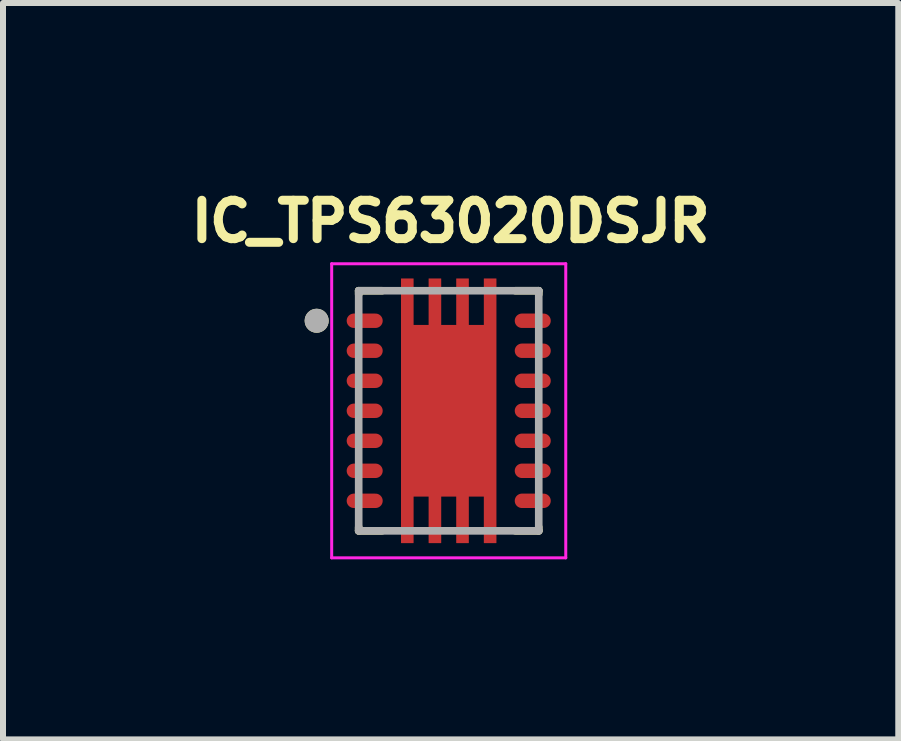
<source format=kicad_pcb>
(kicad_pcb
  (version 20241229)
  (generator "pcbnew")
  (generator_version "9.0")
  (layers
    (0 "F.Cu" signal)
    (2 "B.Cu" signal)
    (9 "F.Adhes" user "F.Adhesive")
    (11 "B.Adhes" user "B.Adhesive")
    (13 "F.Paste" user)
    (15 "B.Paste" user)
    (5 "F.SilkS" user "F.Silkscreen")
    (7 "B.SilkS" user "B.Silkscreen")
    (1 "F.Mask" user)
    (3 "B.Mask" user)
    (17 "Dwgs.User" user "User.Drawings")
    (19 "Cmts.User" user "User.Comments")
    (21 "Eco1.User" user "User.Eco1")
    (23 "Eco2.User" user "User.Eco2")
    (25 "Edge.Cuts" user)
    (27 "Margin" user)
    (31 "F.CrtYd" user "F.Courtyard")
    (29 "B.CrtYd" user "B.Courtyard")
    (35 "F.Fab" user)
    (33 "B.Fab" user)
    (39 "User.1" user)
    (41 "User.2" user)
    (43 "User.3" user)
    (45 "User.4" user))
  (footprint "IC_TPS63020DSJR"
    (layer "F.Cu")
    (at 4.426 3.794)
    (property "Reference" "IC_TPS63020DSJR" (at 0.032 -3.156 0) (layer "F.SilkS") (effects (font (size 0.64 0.64) (thickness 0.15))))
    (attr smd)
    (fp_poly (pts (xy -0.86 -2.27) (xy -0.52 -2.27) (xy -0.52 -1.495) (xy -0.4 -1.495) (xy -0.4 -2.27) (xy -0.06 -2.27) (xy -0.06 -1.495) (xy 0.06 -1.495) (xy 0.06 -2.27) (xy 0.4 -2.27) (xy 0.4 -1.495) (xy 0.52 -1.495) (xy 0.52 -2.27) (xy 0.86 -2.27) (xy 0.86 2.27) (xy 0.52 2.27) (xy 0.52 1.495) (xy 0.4 1.495) (xy 0.4 2.27) (xy 0.06 2.27) (xy 0.06 1.495) (xy -0.06 1.495) (xy -0.06 2.27) (xy -0.4 2.27) (xy -0.4 1.495) (xy -0.52 1.495) (xy -0.52 2.27) (xy -0.86 2.27)) (stroke (width 0.01) (type solid)) (fill yes) (layer "F.Mask"))
    (fp_poly (pts (xy -1.22 -1.69) (xy -1.21 -1.69) (xy -1.2 -1.689) (xy -1.19 -1.688) (xy -1.18 -1.686) (xy -1.171 -1.684) (xy -1.161 -1.681) (xy -1.152 -1.677) (xy -1.143 -1.674) (xy -1.134 -1.669) (xy -1.125 -1.665) (xy -1.117 -1.659) (xy -1.108 -1.654) (xy -1.1 -1.648) (xy -1.093 -1.641) (xy -1.086 -1.634) (xy -1.079 -1.627) (xy -1.072 -1.62) (xy -1.066 -1.612) (xy -1.061 -1.603) (xy -1.055 -1.595) (xy -1.051 -1.586) (xy -1.046 -1.577) (xy -1.043 -1.568) (xy -1.039 -1.559) (xy -1.036 -1.549) (xy -1.034 -1.54) (xy -1.032 -1.53) (xy -1.031 -1.52) (xy -1.03 -1.51) (xy -1.03 -1.5) (xy -1.03 -1.49) (xy -1.031 -1.48) (xy -1.032 -1.47) (xy -1.034 -1.46) (xy -1.036 -1.451) (xy -1.039 -1.441) (xy -1.043 -1.432) (xy -1.046 -1.423) (xy -1.051 -1.414) (xy -1.055 -1.405) (xy -1.061 -1.397) (xy -1.066 -1.388) (xy -1.072 -1.38) (xy -1.079 -1.373) (xy -1.086 -1.366) (xy -1.093 -1.359) (xy -1.1 -1.352) (xy -1.108 -1.346) (xy -1.117 -1.341) (xy -1.125 -1.335) (xy -1.134 -1.331) (xy -1.143 -1.326) (xy -1.152 -1.323) (xy -1.161 -1.319) (xy -1.171 -1.316) (xy -1.18 -1.314) (xy -1.19 -1.312) (xy -1.2 -1.311) (xy -1.21 -1.31) (xy -1.22 -1.31) (xy -1.58 -1.31) (xy -1.59 -1.31) (xy -1.6 -1.311) (xy -1.61 -1.312) (xy -1.62 -1.314) (xy -1.629 -1.316) (xy -1.639 -1.319) (xy -1.648 -1.323) (xy -1.657 -1.326) (xy -1.666 -1.331) (xy -1.675 -1.335) (xy -1.683 -1.341) (xy -1.692 -1.346) (xy -1.7 -1.352) (xy -1.707 -1.359) (xy -1.714 -1.366) (xy -1.721 -1.373) (xy -1.728 -1.38) (xy -1.734 -1.388) (xy -1.739 -1.397) (xy -1.745 -1.405) (xy -1.749 -1.414) (xy -1.754 -1.423) (xy -1.757 -1.432) (xy -1.761 -1.441) (xy -1.764 -1.451) (xy -1.766 -1.46) (xy -1.768 -1.47) (xy -1.769 -1.48) (xy -1.77 -1.49) (xy -1.77 -1.5) (xy -1.77 -1.51) (xy -1.769 -1.52) (xy -1.768 -1.53) (xy -1.766 -1.54) (xy -1.764 -1.549) (xy -1.761 -1.559) (xy -1.757 -1.568) (xy -1.754 -1.577) (xy -1.749 -1.586) (xy -1.745 -1.595) (xy -1.739 -1.603) (xy -1.734 -1.612) (xy -1.728 -1.62) (xy -1.721 -1.627) (xy -1.714 -1.634) (xy -1.707 -1.641) (xy -1.7 -1.648) (xy -1.692 -1.654) (xy -1.683 -1.659) (xy -1.675 -1.665) (xy -1.666 -1.669) (xy -1.657 -1.674) (xy -1.648 -1.677) (xy -1.639 -1.681) (xy -1.629 -1.684) (xy -1.62 -1.686) (xy -1.61 -1.688) (xy -1.6 -1.689) (xy -1.59 -1.69) (xy -1.58 -1.69) (xy -1.22 -1.69)) (stroke (width 0.01) (type solid)) (fill yes) (layer "F.Mask"))
    (fp_poly (pts (xy -1.22 -1.19) (xy -1.21 -1.19) (xy -1.2 -1.189) (xy -1.19 -1.188) (xy -1.18 -1.186) (xy -1.171 -1.184) (xy -1.161 -1.181) (xy -1.152 -1.177) (xy -1.143 -1.174) (xy -1.134 -1.169) (xy -1.125 -1.165) (xy -1.117 -1.159) (xy -1.108 -1.154) (xy -1.1 -1.148) (xy -1.093 -1.141) (xy -1.086 -1.134) (xy -1.079 -1.127) (xy -1.072 -1.12) (xy -1.066 -1.112) (xy -1.061 -1.103) (xy -1.055 -1.095) (xy -1.051 -1.086) (xy -1.046 -1.077) (xy -1.043 -1.068) (xy -1.039 -1.059) (xy -1.036 -1.049) (xy -1.034 -1.04) (xy -1.032 -1.03) (xy -1.031 -1.02) (xy -1.03 -1.01) (xy -1.03 -1) (xy -1.03 -0.99) (xy -1.031 -0.98) (xy -1.032 -0.97) (xy -1.034 -0.96) (xy -1.036 -0.951) (xy -1.039 -0.941) (xy -1.043 -0.932) (xy -1.046 -0.923) (xy -1.051 -0.914) (xy -1.055 -0.905) (xy -1.061 -0.897) (xy -1.066 -0.888) (xy -1.072 -0.88) (xy -1.079 -0.873) (xy -1.086 -0.866) (xy -1.093 -0.859) (xy -1.1 -0.852) (xy -1.108 -0.846) (xy -1.117 -0.841) (xy -1.125 -0.835) (xy -1.134 -0.831) (xy -1.143 -0.826) (xy -1.152 -0.823) (xy -1.161 -0.819) (xy -1.171 -0.816) (xy -1.18 -0.814) (xy -1.19 -0.812) (xy -1.2 -0.811) (xy -1.21 -0.81) (xy -1.22 -0.81) (xy -1.58 -0.81) (xy -1.59 -0.81) (xy -1.6 -0.811) (xy -1.61 -0.812) (xy -1.62 -0.814) (xy -1.629 -0.816) (xy -1.639 -0.819) (xy -1.648 -0.823) (xy -1.657 -0.826) (xy -1.666 -0.831) (xy -1.675 -0.835) (xy -1.683 -0.841) (xy -1.692 -0.846) (xy -1.7 -0.852) (xy -1.707 -0.859) (xy -1.714 -0.866) (xy -1.721 -0.873) (xy -1.728 -0.88) (xy -1.734 -0.888) (xy -1.739 -0.897) (xy -1.745 -0.905) (xy -1.749 -0.914) (xy -1.754 -0.923) (xy -1.757 -0.932) (xy -1.761 -0.941) (xy -1.764 -0.951) (xy -1.766 -0.96) (xy -1.768 -0.97) (xy -1.769 -0.98) (xy -1.77 -0.99) (xy -1.77 -1) (xy -1.77 -1.01) (xy -1.769 -1.02) (xy -1.768 -1.03) (xy -1.766 -1.04) (xy -1.764 -1.049) (xy -1.761 -1.059) (xy -1.757 -1.068) (xy -1.754 -1.077) (xy -1.749 -1.086) (xy -1.745 -1.095) (xy -1.739 -1.103) (xy -1.734 -1.112) (xy -1.728 -1.12) (xy -1.721 -1.127) (xy -1.714 -1.134) (xy -1.707 -1.141) (xy -1.7 -1.148) (xy -1.692 -1.154) (xy -1.683 -1.159) (xy -1.675 -1.165) (xy -1.666 -1.169) (xy -1.657 -1.174) (xy -1.648 -1.177) (xy -1.639 -1.181) (xy -1.629 -1.184) (xy -1.62 -1.186) (xy -1.61 -1.188) (xy -1.6 -1.189) (xy -1.59 -1.19) (xy -1.58 -1.19) (xy -1.22 -1.19)) (stroke (width 0.01) (type solid)) (fill yes) (layer "F.Mask"))
    (fp_poly (pts (xy -1.22 -0.69) (xy -1.21 -0.69) (xy -1.2 -0.689) (xy -1.19 -0.688) (xy -1.18 -0.686) (xy -1.171 -0.684) (xy -1.161 -0.681) (xy -1.152 -0.677) (xy -1.143 -0.674) (xy -1.134 -0.669) (xy -1.125 -0.665) (xy -1.117 -0.659) (xy -1.108 -0.654) (xy -1.1 -0.648) (xy -1.093 -0.641) (xy -1.086 -0.634) (xy -1.079 -0.627) (xy -1.072 -0.62) (xy -1.066 -0.612) (xy -1.061 -0.603) (xy -1.055 -0.595) (xy -1.051 -0.586) (xy -1.046 -0.577) (xy -1.043 -0.568) (xy -1.039 -0.559) (xy -1.036 -0.549) (xy -1.034 -0.54) (xy -1.032 -0.53) (xy -1.031 -0.52) (xy -1.03 -0.51) (xy -1.03 -0.5) (xy -1.03 -0.49) (xy -1.031 -0.48) (xy -1.032 -0.47) (xy -1.034 -0.46) (xy -1.036 -0.451) (xy -1.039 -0.441) (xy -1.043 -0.432) (xy -1.046 -0.423) (xy -1.051 -0.414) (xy -1.055 -0.405) (xy -1.061 -0.397) (xy -1.066 -0.388) (xy -1.072 -0.38) (xy -1.079 -0.373) (xy -1.086 -0.366) (xy -1.093 -0.359) (xy -1.1 -0.352) (xy -1.108 -0.346) (xy -1.117 -0.341) (xy -1.125 -0.335) (xy -1.134 -0.331) (xy -1.143 -0.326) (xy -1.152 -0.323) (xy -1.161 -0.319) (xy -1.171 -0.316) (xy -1.18 -0.314) (xy -1.19 -0.312) (xy -1.2 -0.311) (xy -1.21 -0.31) (xy -1.22 -0.31) (xy -1.58 -0.31) (xy -1.59 -0.31) (xy -1.6 -0.311) (xy -1.61 -0.312) (xy -1.62 -0.314) (xy -1.629 -0.316) (xy -1.639 -0.319) (xy -1.648 -0.323) (xy -1.657 -0.326) (xy -1.666 -0.331) (xy -1.675 -0.335) (xy -1.683 -0.341) (xy -1.692 -0.346) (xy -1.7 -0.352) (xy -1.707 -0.359) (xy -1.714 -0.366) (xy -1.721 -0.373) (xy -1.728 -0.38) (xy -1.734 -0.388) (xy -1.739 -0.397) (xy -1.745 -0.405) (xy -1.749 -0.414) (xy -1.754 -0.423) (xy -1.757 -0.432) (xy -1.761 -0.441) (xy -1.764 -0.451) (xy -1.766 -0.46) (xy -1.768 -0.47) (xy -1.769 -0.48) (xy -1.77 -0.49) (xy -1.77 -0.5) (xy -1.77 -0.51) (xy -1.769 -0.52) (xy -1.768 -0.53) (xy -1.766 -0.54) (xy -1.764 -0.549) (xy -1.761 -0.559) (xy -1.757 -0.568) (xy -1.754 -0.577) (xy -1.749 -0.586) (xy -1.745 -0.595) (xy -1.739 -0.603) (xy -1.734 -0.612) (xy -1.728 -0.62) (xy -1.721 -0.627) (xy -1.714 -0.634) (xy -1.707 -0.641) (xy -1.7 -0.648) (xy -1.692 -0.654) (xy -1.683 -0.659) (xy -1.675 -0.665) (xy -1.666 -0.669) (xy -1.657 -0.674) (xy -1.648 -0.677) (xy -1.639 -0.681) (xy -1.629 -0.684) (xy -1.62 -0.686) (xy -1.61 -0.688) (xy -1.6 -0.689) (xy -1.59 -0.69) (xy -1.58 -0.69) (xy -1.22 -0.69)) (stroke (width 0.01) (type solid)) (fill yes) (layer "F.Mask"))
    (fp_poly (pts (xy -1.22 -0.19) (xy -1.21 -0.19) (xy -1.2 -0.189) (xy -1.19 -0.188) (xy -1.18 -0.186) (xy -1.171 -0.184) (xy -1.161 -0.181) (xy -1.152 -0.177) (xy -1.143 -0.174) (xy -1.134 -0.169) (xy -1.125 -0.165) (xy -1.117 -0.159) (xy -1.108 -0.154) (xy -1.1 -0.148) (xy -1.093 -0.141) (xy -1.086 -0.134) (xy -1.079 -0.127) (xy -1.072 -0.12) (xy -1.066 -0.112) (xy -1.061 -0.103) (xy -1.055 -0.095) (xy -1.051 -0.086) (xy -1.046 -0.077) (xy -1.043 -0.068) (xy -1.039 -0.059) (xy -1.036 -0.049) (xy -1.034 -0.04) (xy -1.032 -0.03) (xy -1.031 -0.02) (xy -1.03 -0.01) (xy -1.03 0) (xy -1.03 0.01) (xy -1.031 0.02) (xy -1.032 0.03) (xy -1.034 0.04) (xy -1.036 0.049) (xy -1.039 0.059) (xy -1.043 0.068) (xy -1.046 0.077) (xy -1.051 0.086) (xy -1.055 0.095) (xy -1.061 0.103) (xy -1.066 0.112) (xy -1.072 0.12) (xy -1.079 0.127) (xy -1.086 0.134) (xy -1.093 0.141) (xy -1.1 0.148) (xy -1.108 0.154) (xy -1.117 0.159) (xy -1.125 0.165) (xy -1.134 0.169) (xy -1.143 0.174) (xy -1.152 0.177) (xy -1.161 0.181) (xy -1.171 0.184) (xy -1.18 0.186) (xy -1.19 0.188) (xy -1.2 0.189) (xy -1.21 0.19) (xy -1.22 0.19) (xy -1.58 0.19) (xy -1.59 0.19) (xy -1.6 0.189) (xy -1.61 0.188) (xy -1.62 0.186) (xy -1.629 0.184) (xy -1.639 0.181) (xy -1.648 0.177) (xy -1.657 0.174) (xy -1.666 0.169) (xy -1.675 0.165) (xy -1.683 0.159) (xy -1.692 0.154) (xy -1.7 0.148) (xy -1.707 0.141) (xy -1.714 0.134) (xy -1.721 0.127) (xy -1.728 0.12) (xy -1.734 0.112) (xy -1.739 0.103) (xy -1.745 0.095) (xy -1.749 0.086) (xy -1.754 0.077) (xy -1.757 0.068) (xy -1.761 0.059) (xy -1.764 0.049) (xy -1.766 0.04) (xy -1.768 0.03) (xy -1.769 0.02) (xy -1.77 0.01) (xy -1.77 0) (xy -1.77 -0.01) (xy -1.769 -0.02) (xy -1.768 -0.03) (xy -1.766 -0.04) (xy -1.764 -0.049) (xy -1.761 -0.059) (xy -1.757 -0.068) (xy -1.754 -0.077) (xy -1.749 -0.086) (xy -1.745 -0.095) (xy -1.739 -0.103) (xy -1.734 -0.112) (xy -1.728 -0.12) (xy -1.721 -0.127) (xy -1.714 -0.134) (xy -1.707 -0.141) (xy -1.7 -0.148) (xy -1.692 -0.154) (xy -1.683 -0.159) (xy -1.675 -0.165) (xy -1.666 -0.169) (xy -1.657 -0.174) (xy -1.648 -0.177) (xy -1.639 -0.181) (xy -1.629 -0.184) (xy -1.62 -0.186) (xy -1.61 -0.188) (xy -1.6 -0.189) (xy -1.59 -0.19) (xy -1.58 -0.19) (xy -1.22 -0.19)) (stroke (width 0.01) (type solid)) (fill yes) (layer "F.Mask"))
    (fp_poly (pts (xy -1.22 0.31) (xy -1.21 0.31) (xy -1.2 0.311) (xy -1.19 0.312) (xy -1.18 0.314) (xy -1.171 0.316) (xy -1.161 0.319) (xy -1.152 0.323) (xy -1.143 0.326) (xy -1.134 0.331) (xy -1.125 0.335) (xy -1.117 0.341) (xy -1.108 0.346) (xy -1.1 0.352) (xy -1.093 0.359) (xy -1.086 0.366) (xy -1.079 0.373) (xy -1.072 0.38) (xy -1.066 0.388) (xy -1.061 0.397) (xy -1.055 0.405) (xy -1.051 0.414) (xy -1.046 0.423) (xy -1.043 0.432) (xy -1.039 0.441) (xy -1.036 0.451) (xy -1.034 0.46) (xy -1.032 0.47) (xy -1.031 0.48) (xy -1.03 0.49) (xy -1.03 0.5) (xy -1.03 0.51) (xy -1.031 0.52) (xy -1.032 0.53) (xy -1.034 0.54) (xy -1.036 0.549) (xy -1.039 0.559) (xy -1.043 0.568) (xy -1.046 0.577) (xy -1.051 0.586) (xy -1.055 0.595) (xy -1.061 0.603) (xy -1.066 0.612) (xy -1.072 0.62) (xy -1.079 0.627) (xy -1.086 0.634) (xy -1.093 0.641) (xy -1.1 0.648) (xy -1.108 0.654) (xy -1.117 0.659) (xy -1.125 0.665) (xy -1.134 0.669) (xy -1.143 0.674) (xy -1.152 0.677) (xy -1.161 0.681) (xy -1.171 0.684) (xy -1.18 0.686) (xy -1.19 0.688) (xy -1.2 0.689) (xy -1.21 0.69) (xy -1.22 0.69) (xy -1.58 0.69) (xy -1.59 0.69) (xy -1.6 0.689) (xy -1.61 0.688) (xy -1.62 0.686) (xy -1.629 0.684) (xy -1.639 0.681) (xy -1.648 0.677) (xy -1.657 0.674) (xy -1.666 0.669) (xy -1.675 0.665) (xy -1.683 0.659) (xy -1.692 0.654) (xy -1.7 0.648) (xy -1.707 0.641) (xy -1.714 0.634) (xy -1.721 0.627) (xy -1.728 0.62) (xy -1.734 0.612) (xy -1.739 0.603) (xy -1.745 0.595) (xy -1.749 0.586) (xy -1.754 0.577) (xy -1.757 0.568) (xy -1.761 0.559) (xy -1.764 0.549) (xy -1.766 0.54) (xy -1.768 0.53) (xy -1.769 0.52) (xy -1.77 0.51) (xy -1.77 0.5) (xy -1.77 0.49) (xy -1.769 0.48) (xy -1.768 0.47) (xy -1.766 0.46) (xy -1.764 0.451) (xy -1.761 0.441) (xy -1.757 0.432) (xy -1.754 0.423) (xy -1.749 0.414) (xy -1.745 0.405) (xy -1.739 0.397) (xy -1.734 0.388) (xy -1.728 0.38) (xy -1.721 0.373) (xy -1.714 0.366) (xy -1.707 0.359) (xy -1.7 0.352) (xy -1.692 0.346) (xy -1.683 0.341) (xy -1.675 0.335) (xy -1.666 0.331) (xy -1.657 0.326) (xy -1.648 0.323) (xy -1.639 0.319) (xy -1.629 0.316) (xy -1.62 0.314) (xy -1.61 0.312) (xy -1.6 0.311) (xy -1.59 0.31) (xy -1.58 0.31) (xy -1.22 0.31)) (stroke (width 0.01) (type solid)) (fill yes) (layer "F.Mask"))
    (fp_poly (pts (xy -1.22 0.81) (xy -1.21 0.81) (xy -1.2 0.811) (xy -1.19 0.812) (xy -1.18 0.814) (xy -1.171 0.816) (xy -1.161 0.819) (xy -1.152 0.823) (xy -1.143 0.826) (xy -1.134 0.831) (xy -1.125 0.835) (xy -1.117 0.841) (xy -1.108 0.846) (xy -1.1 0.852) (xy -1.093 0.859) (xy -1.086 0.866) (xy -1.079 0.873) (xy -1.072 0.88) (xy -1.066 0.888) (xy -1.061 0.897) (xy -1.055 0.905) (xy -1.051 0.914) (xy -1.046 0.923) (xy -1.043 0.932) (xy -1.039 0.941) (xy -1.036 0.951) (xy -1.034 0.96) (xy -1.032 0.97) (xy -1.031 0.98) (xy -1.03 0.99) (xy -1.03 1) (xy -1.03 1.01) (xy -1.031 1.02) (xy -1.032 1.03) (xy -1.034 1.04) (xy -1.036 1.049) (xy -1.039 1.059) (xy -1.043 1.068) (xy -1.046 1.077) (xy -1.051 1.086) (xy -1.055 1.095) (xy -1.061 1.103) (xy -1.066 1.112) (xy -1.072 1.12) (xy -1.079 1.127) (xy -1.086 1.134) (xy -1.093 1.141) (xy -1.1 1.148) (xy -1.108 1.154) (xy -1.117 1.159) (xy -1.125 1.165) (xy -1.134 1.169) (xy -1.143 1.174) (xy -1.152 1.177) (xy -1.161 1.181) (xy -1.171 1.184) (xy -1.18 1.186) (xy -1.19 1.188) (xy -1.2 1.189) (xy -1.21 1.19) (xy -1.22 1.19) (xy -1.58 1.19) (xy -1.59 1.19) (xy -1.6 1.189) (xy -1.61 1.188) (xy -1.62 1.186) (xy -1.629 1.184) (xy -1.639 1.181) (xy -1.648 1.177) (xy -1.657 1.174) (xy -1.666 1.169) (xy -1.675 1.165) (xy -1.683 1.159) (xy -1.692 1.154) (xy -1.7 1.148) (xy -1.707 1.141) (xy -1.714 1.134) (xy -1.721 1.127) (xy -1.728 1.12) (xy -1.734 1.112) (xy -1.739 1.103) (xy -1.745 1.095) (xy -1.749 1.086) (xy -1.754 1.077) (xy -1.757 1.068) (xy -1.761 1.059) (xy -1.764 1.049) (xy -1.766 1.04) (xy -1.768 1.03) (xy -1.769 1.02) (xy -1.77 1.01) (xy -1.77 1) (xy -1.77 0.99) (xy -1.769 0.98) (xy -1.768 0.97) (xy -1.766 0.96) (xy -1.764 0.951) (xy -1.761 0.941) (xy -1.757 0.932) (xy -1.754 0.923) (xy -1.749 0.914) (xy -1.745 0.905) (xy -1.739 0.897) (xy -1.734 0.888) (xy -1.728 0.88) (xy -1.721 0.873) (xy -1.714 0.866) (xy -1.707 0.859) (xy -1.7 0.852) (xy -1.692 0.846) (xy -1.683 0.841) (xy -1.675 0.835) (xy -1.666 0.831) (xy -1.657 0.826) (xy -1.648 0.823) (xy -1.639 0.819) (xy -1.629 0.816) (xy -1.62 0.814) (xy -1.61 0.812) (xy -1.6 0.811) (xy -1.59 0.81) (xy -1.58 0.81) (xy -1.22 0.81)) (stroke (width 0.01) (type solid)) (fill yes) (layer "F.Mask"))
    (fp_poly (pts (xy -1.22 1.31) (xy -1.21 1.31) (xy -1.2 1.311) (xy -1.19 1.312) (xy -1.18 1.314) (xy -1.171 1.316) (xy -1.161 1.319) (xy -1.152 1.323) (xy -1.143 1.326) (xy -1.134 1.331) (xy -1.125 1.335) (xy -1.117 1.341) (xy -1.108 1.346) (xy -1.1 1.352) (xy -1.093 1.359) (xy -1.086 1.366) (xy -1.079 1.373) (xy -1.072 1.38) (xy -1.066 1.388) (xy -1.061 1.397) (xy -1.055 1.405) (xy -1.051 1.414) (xy -1.046 1.423) (xy -1.043 1.432) (xy -1.039 1.441) (xy -1.036 1.451) (xy -1.034 1.46) (xy -1.032 1.47) (xy -1.031 1.48) (xy -1.03 1.49) (xy -1.03 1.5) (xy -1.03 1.51) (xy -1.031 1.52) (xy -1.032 1.53) (xy -1.034 1.54) (xy -1.036 1.549) (xy -1.039 1.559) (xy -1.043 1.568) (xy -1.046 1.577) (xy -1.051 1.586) (xy -1.055 1.595) (xy -1.061 1.603) (xy -1.066 1.612) (xy -1.072 1.62) (xy -1.079 1.627) (xy -1.086 1.634) (xy -1.093 1.641) (xy -1.1 1.648) (xy -1.108 1.654) (xy -1.117 1.659) (xy -1.125 1.665) (xy -1.134 1.669) (xy -1.143 1.674) (xy -1.152 1.677) (xy -1.161 1.681) (xy -1.171 1.684) (xy -1.18 1.686) (xy -1.19 1.688) (xy -1.2 1.689) (xy -1.21 1.69) (xy -1.22 1.69) (xy -1.58 1.69) (xy -1.59 1.69) (xy -1.6 1.689) (xy -1.61 1.688) (xy -1.62 1.686) (xy -1.629 1.684) (xy -1.639 1.681) (xy -1.648 1.677) (xy -1.657 1.674) (xy -1.666 1.669) (xy -1.675 1.665) (xy -1.683 1.659) (xy -1.692 1.654) (xy -1.7 1.648) (xy -1.707 1.641) (xy -1.714 1.634) (xy -1.721 1.627) (xy -1.728 1.62) (xy -1.734 1.612) (xy -1.739 1.603) (xy -1.745 1.595) (xy -1.749 1.586) (xy -1.754 1.577) (xy -1.757 1.568) (xy -1.761 1.559) (xy -1.764 1.549) (xy -1.766 1.54) (xy -1.768 1.53) (xy -1.769 1.52) (xy -1.77 1.51) (xy -1.77 1.5) (xy -1.77 1.49) (xy -1.769 1.48) (xy -1.768 1.47) (xy -1.766 1.46) (xy -1.764 1.451) (xy -1.761 1.441) (xy -1.757 1.432) (xy -1.754 1.423) (xy -1.749 1.414) (xy -1.745 1.405) (xy -1.739 1.397) (xy -1.734 1.388) (xy -1.728 1.38) (xy -1.721 1.373) (xy -1.714 1.366) (xy -1.707 1.359) (xy -1.7 1.352) (xy -1.692 1.346) (xy -1.683 1.341) (xy -1.675 1.335) (xy -1.666 1.331) (xy -1.657 1.326) (xy -1.648 1.323) (xy -1.639 1.319) (xy -1.629 1.316) (xy -1.62 1.314) (xy -1.61 1.312) (xy -1.6 1.311) (xy -1.59 1.31) (xy -1.58 1.31) (xy -1.22 1.31)) (stroke (width 0.01) (type solid)) (fill yes) (layer "F.Mask"))
    (fp_poly (pts (xy 1.58 -1.69) (xy 1.59 -1.69) (xy 1.6 -1.689) (xy 1.61 -1.688) (xy 1.62 -1.686) (xy 1.629 -1.684) (xy 1.639 -1.681) (xy 1.648 -1.677) (xy 1.657 -1.674) (xy 1.666 -1.669) (xy 1.675 -1.665) (xy 1.683 -1.659) (xy 1.692 -1.654) (xy 1.7 -1.648) (xy 1.707 -1.641) (xy 1.714 -1.634) (xy 1.721 -1.627) (xy 1.728 -1.62) (xy 1.734 -1.612) (xy 1.739 -1.603) (xy 1.745 -1.595) (xy 1.749 -1.586) (xy 1.754 -1.577) (xy 1.757 -1.568) (xy 1.761 -1.559) (xy 1.764 -1.549) (xy 1.766 -1.54) (xy 1.768 -1.53) (xy 1.769 -1.52) (xy 1.77 -1.51) (xy 1.77 -1.5) (xy 1.77 -1.49) (xy 1.769 -1.48) (xy 1.768 -1.47) (xy 1.766 -1.46) (xy 1.764 -1.451) (xy 1.761 -1.441) (xy 1.757 -1.432) (xy 1.754 -1.423) (xy 1.749 -1.414) (xy 1.745 -1.405) (xy 1.739 -1.397) (xy 1.734 -1.388) (xy 1.728 -1.38) (xy 1.721 -1.373) (xy 1.714 -1.366) (xy 1.707 -1.359) (xy 1.7 -1.352) (xy 1.692 -1.346) (xy 1.683 -1.341) (xy 1.675 -1.335) (xy 1.666 -1.331) (xy 1.657 -1.326) (xy 1.648 -1.323) (xy 1.639 -1.319) (xy 1.629 -1.316) (xy 1.62 -1.314) (xy 1.61 -1.312) (xy 1.6 -1.311) (xy 1.59 -1.31) (xy 1.58 -1.31) (xy 1.22 -1.31) (xy 1.21 -1.31) (xy 1.2 -1.311) (xy 1.19 -1.312) (xy 1.18 -1.314) (xy 1.171 -1.316) (xy 1.161 -1.319) (xy 1.152 -1.323) (xy 1.143 -1.326) (xy 1.134 -1.331) (xy 1.125 -1.335) (xy 1.117 -1.341) (xy 1.108 -1.346) (xy 1.1 -1.352) (xy 1.093 -1.359) (xy 1.086 -1.366) (xy 1.079 -1.373) (xy 1.072 -1.38) (xy 1.066 -1.388) (xy 1.061 -1.397) (xy 1.055 -1.405) (xy 1.051 -1.414) (xy 1.046 -1.423) (xy 1.043 -1.432) (xy 1.039 -1.441) (xy 1.036 -1.451) (xy 1.034 -1.46) (xy 1.032 -1.47) (xy 1.031 -1.48) (xy 1.03 -1.49) (xy 1.03 -1.5) (xy 1.03 -1.51) (xy 1.031 -1.52) (xy 1.032 -1.53) (xy 1.034 -1.54) (xy 1.036 -1.549) (xy 1.039 -1.559) (xy 1.043 -1.568) (xy 1.046 -1.577) (xy 1.051 -1.586) (xy 1.055 -1.595) (xy 1.061 -1.603) (xy 1.066 -1.612) (xy 1.072 -1.62) (xy 1.079 -1.627) (xy 1.086 -1.634) (xy 1.093 -1.641) (xy 1.1 -1.648) (xy 1.108 -1.654) (xy 1.117 -1.659) (xy 1.125 -1.665) (xy 1.134 -1.669) (xy 1.143 -1.674) (xy 1.152 -1.677) (xy 1.161 -1.681) (xy 1.171 -1.684) (xy 1.18 -1.686) (xy 1.19 -1.688) (xy 1.2 -1.689) (xy 1.21 -1.69) (xy 1.22 -1.69) (xy 1.58 -1.69)) (stroke (width 0.01) (type solid)) (fill yes) (layer "F.Mask"))
    (fp_poly (pts (xy 1.58 -1.19) (xy 1.59 -1.19) (xy 1.6 -1.189) (xy 1.61 -1.188) (xy 1.62 -1.186) (xy 1.629 -1.184) (xy 1.639 -1.181) (xy 1.648 -1.177) (xy 1.657 -1.174) (xy 1.666 -1.169) (xy 1.675 -1.165) (xy 1.683 -1.159) (xy 1.692 -1.154) (xy 1.7 -1.148) (xy 1.707 -1.141) (xy 1.714 -1.134) (xy 1.721 -1.127) (xy 1.728 -1.12) (xy 1.734 -1.112) (xy 1.739 -1.103) (xy 1.745 -1.095) (xy 1.749 -1.086) (xy 1.754 -1.077) (xy 1.757 -1.068) (xy 1.761 -1.059) (xy 1.764 -1.049) (xy 1.766 -1.04) (xy 1.768 -1.03) (xy 1.769 -1.02) (xy 1.77 -1.01) (xy 1.77 -1) (xy 1.77 -0.99) (xy 1.769 -0.98) (xy 1.768 -0.97) (xy 1.766 -0.96) (xy 1.764 -0.951) (xy 1.761 -0.941) (xy 1.757 -0.932) (xy 1.754 -0.923) (xy 1.749 -0.914) (xy 1.745 -0.905) (xy 1.739 -0.897) (xy 1.734 -0.888) (xy 1.728 -0.88) (xy 1.721 -0.873) (xy 1.714 -0.866) (xy 1.707 -0.859) (xy 1.7 -0.852) (xy 1.692 -0.846) (xy 1.683 -0.841) (xy 1.675 -0.835) (xy 1.666 -0.831) (xy 1.657 -0.826) (xy 1.648 -0.823) (xy 1.639 -0.819) (xy 1.629 -0.816) (xy 1.62 -0.814) (xy 1.61 -0.812) (xy 1.6 -0.811) (xy 1.59 -0.81) (xy 1.58 -0.81) (xy 1.22 -0.81) (xy 1.21 -0.81) (xy 1.2 -0.811) (xy 1.19 -0.812) (xy 1.18 -0.814) (xy 1.171 -0.816) (xy 1.161 -0.819) (xy 1.152 -0.823) (xy 1.143 -0.826) (xy 1.134 -0.831) (xy 1.125 -0.835) (xy 1.117 -0.841) (xy 1.108 -0.846) (xy 1.1 -0.852) (xy 1.093 -0.859) (xy 1.086 -0.866) (xy 1.079 -0.873) (xy 1.072 -0.88) (xy 1.066 -0.888) (xy 1.061 -0.897) (xy 1.055 -0.905) (xy 1.051 -0.914) (xy 1.046 -0.923) (xy 1.043 -0.932) (xy 1.039 -0.941) (xy 1.036 -0.951) (xy 1.034 -0.96) (xy 1.032 -0.97) (xy 1.031 -0.98) (xy 1.03 -0.99) (xy 1.03 -1) (xy 1.03 -1.01) (xy 1.031 -1.02) (xy 1.032 -1.03) (xy 1.034 -1.04) (xy 1.036 -1.049) (xy 1.039 -1.059) (xy 1.043 -1.068) (xy 1.046 -1.077) (xy 1.051 -1.086) (xy 1.055 -1.095) (xy 1.061 -1.103) (xy 1.066 -1.112) (xy 1.072 -1.12) (xy 1.079 -1.127) (xy 1.086 -1.134) (xy 1.093 -1.141) (xy 1.1 -1.148) (xy 1.108 -1.154) (xy 1.117 -1.159) (xy 1.125 -1.165) (xy 1.134 -1.169) (xy 1.143 -1.174) (xy 1.152 -1.177) (xy 1.161 -1.181) (xy 1.171 -1.184) (xy 1.18 -1.186) (xy 1.19 -1.188) (xy 1.2 -1.189) (xy 1.21 -1.19) (xy 1.22 -1.19) (xy 1.58 -1.19)) (stroke (width 0.01) (type solid)) (fill yes) (layer "F.Mask"))
    (fp_poly (pts (xy 1.58 -0.69) (xy 1.59 -0.69) (xy 1.6 -0.689) (xy 1.61 -0.688) (xy 1.62 -0.686) (xy 1.629 -0.684) (xy 1.639 -0.681) (xy 1.648 -0.677) (xy 1.657 -0.674) (xy 1.666 -0.669) (xy 1.675 -0.665) (xy 1.683 -0.659) (xy 1.692 -0.654) (xy 1.7 -0.648) (xy 1.707 -0.641) (xy 1.714 -0.634) (xy 1.721 -0.627) (xy 1.728 -0.62) (xy 1.734 -0.612) (xy 1.739 -0.603) (xy 1.745 -0.595) (xy 1.749 -0.586) (xy 1.754 -0.577) (xy 1.757 -0.568) (xy 1.761 -0.559) (xy 1.764 -0.549) (xy 1.766 -0.54) (xy 1.768 -0.53) (xy 1.769 -0.52) (xy 1.77 -0.51) (xy 1.77 -0.5) (xy 1.77 -0.49) (xy 1.769 -0.48) (xy 1.768 -0.47) (xy 1.766 -0.46) (xy 1.764 -0.451) (xy 1.761 -0.441) (xy 1.757 -0.432) (xy 1.754 -0.423) (xy 1.749 -0.414) (xy 1.745 -0.405) (xy 1.739 -0.397) (xy 1.734 -0.388) (xy 1.728 -0.38) (xy 1.721 -0.373) (xy 1.714 -0.366) (xy 1.707 -0.359) (xy 1.7 -0.352) (xy 1.692 -0.346) (xy 1.683 -0.341) (xy 1.675 -0.335) (xy 1.666 -0.331) (xy 1.657 -0.326) (xy 1.648 -0.323) (xy 1.639 -0.319) (xy 1.629 -0.316) (xy 1.62 -0.314) (xy 1.61 -0.312) (xy 1.6 -0.311) (xy 1.59 -0.31) (xy 1.58 -0.31) (xy 1.22 -0.31) (xy 1.21 -0.31) (xy 1.2 -0.311) (xy 1.19 -0.312) (xy 1.18 -0.314) (xy 1.171 -0.316) (xy 1.161 -0.319) (xy 1.152 -0.323) (xy 1.143 -0.326) (xy 1.134 -0.331) (xy 1.125 -0.335) (xy 1.117 -0.341) (xy 1.108 -0.346) (xy 1.1 -0.352) (xy 1.093 -0.359) (xy 1.086 -0.366) (xy 1.079 -0.373) (xy 1.072 -0.38) (xy 1.066 -0.388) (xy 1.061 -0.397) (xy 1.055 -0.405) (xy 1.051 -0.414) (xy 1.046 -0.423) (xy 1.043 -0.432) (xy 1.039 -0.441) (xy 1.036 -0.451) (xy 1.034 -0.46) (xy 1.032 -0.47) (xy 1.031 -0.48) (xy 1.03 -0.49) (xy 1.03 -0.5) (xy 1.03 -0.51) (xy 1.031 -0.52) (xy 1.032 -0.53) (xy 1.034 -0.54) (xy 1.036 -0.549) (xy 1.039 -0.559) (xy 1.043 -0.568) (xy 1.046 -0.577) (xy 1.051 -0.586) (xy 1.055 -0.595) (xy 1.061 -0.603) (xy 1.066 -0.612) (xy 1.072 -0.62) (xy 1.079 -0.627) (xy 1.086 -0.634) (xy 1.093 -0.641) (xy 1.1 -0.648) (xy 1.108 -0.654) (xy 1.117 -0.659) (xy 1.125 -0.665) (xy 1.134 -0.669) (xy 1.143 -0.674) (xy 1.152 -0.677) (xy 1.161 -0.681) (xy 1.171 -0.684) (xy 1.18 -0.686) (xy 1.19 -0.688) (xy 1.2 -0.689) (xy 1.21 -0.69) (xy 1.22 -0.69) (xy 1.58 -0.69)) (stroke (width 0.01) (type solid)) (fill yes) (layer "F.Mask"))
    (fp_poly (pts (xy 1.58 -0.19) (xy 1.59 -0.19) (xy 1.6 -0.189) (xy 1.61 -0.188) (xy 1.62 -0.186) (xy 1.629 -0.184) (xy 1.639 -0.181) (xy 1.648 -0.177) (xy 1.657 -0.174) (xy 1.666 -0.169) (xy 1.675 -0.165) (xy 1.683 -0.159) (xy 1.692 -0.154) (xy 1.7 -0.148) (xy 1.707 -0.141) (xy 1.714 -0.134) (xy 1.721 -0.127) (xy 1.728 -0.12) (xy 1.734 -0.112) (xy 1.739 -0.103) (xy 1.745 -0.095) (xy 1.749 -0.086) (xy 1.754 -0.077) (xy 1.757 -0.068) (xy 1.761 -0.059) (xy 1.764 -0.049) (xy 1.766 -0.04) (xy 1.768 -0.03) (xy 1.769 -0.02) (xy 1.77 -0.01) (xy 1.77 0) (xy 1.77 0.01) (xy 1.769 0.02) (xy 1.768 0.03) (xy 1.766 0.04) (xy 1.764 0.049) (xy 1.761 0.059) (xy 1.757 0.068) (xy 1.754 0.077) (xy 1.749 0.086) (xy 1.745 0.095) (xy 1.739 0.103) (xy 1.734 0.112) (xy 1.728 0.12) (xy 1.721 0.127) (xy 1.714 0.134) (xy 1.707 0.141) (xy 1.7 0.148) (xy 1.692 0.154) (xy 1.683 0.159) (xy 1.675 0.165) (xy 1.666 0.169) (xy 1.657 0.174) (xy 1.648 0.177) (xy 1.639 0.181) (xy 1.629 0.184) (xy 1.62 0.186) (xy 1.61 0.188) (xy 1.6 0.189) (xy 1.59 0.19) (xy 1.58 0.19) (xy 1.22 0.19) (xy 1.21 0.19) (xy 1.2 0.189) (xy 1.19 0.188) (xy 1.18 0.186) (xy 1.171 0.184) (xy 1.161 0.181) (xy 1.152 0.177) (xy 1.143 0.174) (xy 1.134 0.169) (xy 1.125 0.165) (xy 1.117 0.159) (xy 1.108 0.154) (xy 1.1 0.148) (xy 1.093 0.141) (xy 1.086 0.134) (xy 1.079 0.127) (xy 1.072 0.12) (xy 1.066 0.112) (xy 1.061 0.103) (xy 1.055 0.095) (xy 1.051 0.086) (xy 1.046 0.077) (xy 1.043 0.068) (xy 1.039 0.059) (xy 1.036 0.049) (xy 1.034 0.04) (xy 1.032 0.03) (xy 1.031 0.02) (xy 1.03 0.01) (xy 1.03 0) (xy 1.03 -0.01) (xy 1.031 -0.02) (xy 1.032 -0.03) (xy 1.034 -0.04) (xy 1.036 -0.049) (xy 1.039 -0.059) (xy 1.043 -0.068) (xy 1.046 -0.077) (xy 1.051 -0.086) (xy 1.055 -0.095) (xy 1.061 -0.103) (xy 1.066 -0.112) (xy 1.072 -0.12) (xy 1.079 -0.127) (xy 1.086 -0.134) (xy 1.093 -0.141) (xy 1.1 -0.148) (xy 1.108 -0.154) (xy 1.117 -0.159) (xy 1.125 -0.165) (xy 1.134 -0.169) (xy 1.143 -0.174) (xy 1.152 -0.177) (xy 1.161 -0.181) (xy 1.171 -0.184) (xy 1.18 -0.186) (xy 1.19 -0.188) (xy 1.2 -0.189) (xy 1.21 -0.19) (xy 1.22 -0.19) (xy 1.58 -0.19)) (stroke (width 0.01) (type solid)) (fill yes) (layer "F.Mask"))
    (fp_poly (pts (xy 1.58 0.31) (xy 1.59 0.31) (xy 1.6 0.311) (xy 1.61 0.312) (xy 1.62 0.314) (xy 1.629 0.316) (xy 1.639 0.319) (xy 1.648 0.323) (xy 1.657 0.326) (xy 1.666 0.331) (xy 1.675 0.335) (xy 1.683 0.341) (xy 1.692 0.346) (xy 1.7 0.352) (xy 1.707 0.359) (xy 1.714 0.366) (xy 1.721 0.373) (xy 1.728 0.38) (xy 1.734 0.388) (xy 1.739 0.397) (xy 1.745 0.405) (xy 1.749 0.414) (xy 1.754 0.423) (xy 1.757 0.432) (xy 1.761 0.441) (xy 1.764 0.451) (xy 1.766 0.46) (xy 1.768 0.47) (xy 1.769 0.48) (xy 1.77 0.49) (xy 1.77 0.5) (xy 1.77 0.51) (xy 1.769 0.52) (xy 1.768 0.53) (xy 1.766 0.54) (xy 1.764 0.549) (xy 1.761 0.559) (xy 1.757 0.568) (xy 1.754 0.577) (xy 1.749 0.586) (xy 1.745 0.595) (xy 1.739 0.603) (xy 1.734 0.612) (xy 1.728 0.62) (xy 1.721 0.627) (xy 1.714 0.634) (xy 1.707 0.641) (xy 1.7 0.648) (xy 1.692 0.654) (xy 1.683 0.659) (xy 1.675 0.665) (xy 1.666 0.669) (xy 1.657 0.674) (xy 1.648 0.677) (xy 1.639 0.681) (xy 1.629 0.684) (xy 1.62 0.686) (xy 1.61 0.688) (xy 1.6 0.689) (xy 1.59 0.69) (xy 1.58 0.69) (xy 1.22 0.69) (xy 1.21 0.69) (xy 1.2 0.689) (xy 1.19 0.688) (xy 1.18 0.686) (xy 1.171 0.684) (xy 1.161 0.681) (xy 1.152 0.677) (xy 1.143 0.674) (xy 1.134 0.669) (xy 1.125 0.665) (xy 1.117 0.659) (xy 1.108 0.654) (xy 1.1 0.648) (xy 1.093 0.641) (xy 1.086 0.634) (xy 1.079 0.627) (xy 1.072 0.62) (xy 1.066 0.612) (xy 1.061 0.603) (xy 1.055 0.595) (xy 1.051 0.586) (xy 1.046 0.577) (xy 1.043 0.568) (xy 1.039 0.559) (xy 1.036 0.549) (xy 1.034 0.54) (xy 1.032 0.53) (xy 1.031 0.52) (xy 1.03 0.51) (xy 1.03 0.5) (xy 1.03 0.49) (xy 1.031 0.48) (xy 1.032 0.47) (xy 1.034 0.46) (xy 1.036 0.451) (xy 1.039 0.441) (xy 1.043 0.432) (xy 1.046 0.423) (xy 1.051 0.414) (xy 1.055 0.405) (xy 1.061 0.397) (xy 1.066 0.388) (xy 1.072 0.38) (xy 1.079 0.373) (xy 1.086 0.366) (xy 1.093 0.359) (xy 1.1 0.352) (xy 1.108 0.346) (xy 1.117 0.341) (xy 1.125 0.335) (xy 1.134 0.331) (xy 1.143 0.326) (xy 1.152 0.323) (xy 1.161 0.319) (xy 1.171 0.316) (xy 1.18 0.314) (xy 1.19 0.312) (xy 1.2 0.311) (xy 1.21 0.31) (xy 1.22 0.31) (xy 1.58 0.31)) (stroke (width 0.01) (type solid)) (fill yes) (layer "F.Mask"))
    (fp_poly (pts (xy 1.58 0.81) (xy 1.59 0.81) (xy 1.6 0.811) (xy 1.61 0.812) (xy 1.62 0.814) (xy 1.629 0.816) (xy 1.639 0.819) (xy 1.648 0.823) (xy 1.657 0.826) (xy 1.666 0.831) (xy 1.675 0.835) (xy 1.683 0.841) (xy 1.692 0.846) (xy 1.7 0.852) (xy 1.707 0.859) (xy 1.714 0.866) (xy 1.721 0.873) (xy 1.728 0.88) (xy 1.734 0.888) (xy 1.739 0.897) (xy 1.745 0.905) (xy 1.749 0.914) (xy 1.754 0.923) (xy 1.757 0.932) (xy 1.761 0.941) (xy 1.764 0.951) (xy 1.766 0.96) (xy 1.768 0.97) (xy 1.769 0.98) (xy 1.77 0.99) (xy 1.77 1) (xy 1.77 1.01) (xy 1.769 1.02) (xy 1.768 1.03) (xy 1.766 1.04) (xy 1.764 1.049) (xy 1.761 1.059) (xy 1.757 1.068) (xy 1.754 1.077) (xy 1.749 1.086) (xy 1.745 1.095) (xy 1.739 1.103) (xy 1.734 1.112) (xy 1.728 1.12) (xy 1.721 1.127) (xy 1.714 1.134) (xy 1.707 1.141) (xy 1.7 1.148) (xy 1.692 1.154) (xy 1.683 1.159) (xy 1.675 1.165) (xy 1.666 1.169) (xy 1.657 1.174) (xy 1.648 1.177) (xy 1.639 1.181) (xy 1.629 1.184) (xy 1.62 1.186) (xy 1.61 1.188) (xy 1.6 1.189) (xy 1.59 1.19) (xy 1.58 1.19) (xy 1.22 1.19) (xy 1.21 1.19) (xy 1.2 1.189) (xy 1.19 1.188) (xy 1.18 1.186) (xy 1.171 1.184) (xy 1.161 1.181) (xy 1.152 1.177) (xy 1.143 1.174) (xy 1.134 1.169) (xy 1.125 1.165) (xy 1.117 1.159) (xy 1.108 1.154) (xy 1.1 1.148) (xy 1.093 1.141) (xy 1.086 1.134) (xy 1.079 1.127) (xy 1.072 1.12) (xy 1.066 1.112) (xy 1.061 1.103) (xy 1.055 1.095) (xy 1.051 1.086) (xy 1.046 1.077) (xy 1.043 1.068) (xy 1.039 1.059) (xy 1.036 1.049) (xy 1.034 1.04) (xy 1.032 1.03) (xy 1.031 1.02) (xy 1.03 1.01) (xy 1.03 1) (xy 1.03 0.99) (xy 1.031 0.98) (xy 1.032 0.97) (xy 1.034 0.96) (xy 1.036 0.951) (xy 1.039 0.941) (xy 1.043 0.932) (xy 1.046 0.923) (xy 1.051 0.914) (xy 1.055 0.905) (xy 1.061 0.897) (xy 1.066 0.888) (xy 1.072 0.88) (xy 1.079 0.873) (xy 1.086 0.866) (xy 1.093 0.859) (xy 1.1 0.852) (xy 1.108 0.846) (xy 1.117 0.841) (xy 1.125 0.835) (xy 1.134 0.831) (xy 1.143 0.826) (xy 1.152 0.823) (xy 1.161 0.819) (xy 1.171 0.816) (xy 1.18 0.814) (xy 1.19 0.812) (xy 1.2 0.811) (xy 1.21 0.81) (xy 1.22 0.81) (xy 1.58 0.81)) (stroke (width 0.01) (type solid)) (fill yes) (layer "F.Mask"))
    (fp_poly (pts (xy 1.58 1.31) (xy 1.59 1.31) (xy 1.6 1.311) (xy 1.61 1.312) (xy 1.62 1.314) (xy 1.629 1.316) (xy 1.639 1.319) (xy 1.648 1.323) (xy 1.657 1.326) (xy 1.666 1.331) (xy 1.675 1.335) (xy 1.683 1.341) (xy 1.692 1.346) (xy 1.7 1.352) (xy 1.707 1.359) (xy 1.714 1.366) (xy 1.721 1.373) (xy 1.728 1.38) (xy 1.734 1.388) (xy 1.739 1.397) (xy 1.745 1.405) (xy 1.749 1.414) (xy 1.754 1.423) (xy 1.757 1.432) (xy 1.761 1.441) (xy 1.764 1.451) (xy 1.766 1.46) (xy 1.768 1.47) (xy 1.769 1.48) (xy 1.77 1.49) (xy 1.77 1.5) (xy 1.77 1.51) (xy 1.769 1.52) (xy 1.768 1.53) (xy 1.766 1.54) (xy 1.764 1.549) (xy 1.761 1.559) (xy 1.757 1.568) (xy 1.754 1.577) (xy 1.749 1.586) (xy 1.745 1.595) (xy 1.739 1.603) (xy 1.734 1.612) (xy 1.728 1.62) (xy 1.721 1.627) (xy 1.714 1.634) (xy 1.707 1.641) (xy 1.7 1.648) (xy 1.692 1.654) (xy 1.683 1.659) (xy 1.675 1.665) (xy 1.666 1.669) (xy 1.657 1.674) (xy 1.648 1.677) (xy 1.639 1.681) (xy 1.629 1.684) (xy 1.62 1.686) (xy 1.61 1.688) (xy 1.6 1.689) (xy 1.59 1.69) (xy 1.58 1.69) (xy 1.22 1.69) (xy 1.21 1.69) (xy 1.2 1.689) (xy 1.19 1.688) (xy 1.18 1.686) (xy 1.171 1.684) (xy 1.161 1.681) (xy 1.152 1.677) (xy 1.143 1.674) (xy 1.134 1.669) (xy 1.125 1.665) (xy 1.117 1.659) (xy 1.108 1.654) (xy 1.1 1.648) (xy 1.093 1.641) (xy 1.086 1.634) (xy 1.079 1.627) (xy 1.072 1.62) (xy 1.066 1.612) (xy 1.061 1.603) (xy 1.055 1.595) (xy 1.051 1.586) (xy 1.046 1.577) (xy 1.043 1.568) (xy 1.039 1.559) (xy 1.036 1.549) (xy 1.034 1.54) (xy 1.032 1.53) (xy 1.031 1.52) (xy 1.03 1.51) (xy 1.03 1.5) (xy 1.03 1.49) (xy 1.031 1.48) (xy 1.032 1.47) (xy 1.034 1.46) (xy 1.036 1.451) (xy 1.039 1.441) (xy 1.043 1.432) (xy 1.046 1.423) (xy 1.051 1.414) (xy 1.055 1.405) (xy 1.061 1.397) (xy 1.066 1.388) (xy 1.072 1.38) (xy 1.079 1.373) (xy 1.086 1.366) (xy 1.093 1.359) (xy 1.1 1.352) (xy 1.108 1.346) (xy 1.117 1.341) (xy 1.125 1.335) (xy 1.134 1.331) (xy 1.143 1.326) (xy 1.152 1.323) (xy 1.161 1.319) (xy 1.171 1.316) (xy 1.18 1.314) (xy 1.19 1.312) (xy 1.2 1.311) (xy 1.21 1.31) (xy 1.22 1.31) (xy 1.58 1.31)) (stroke (width 0.01) (type solid)) (fill yes) (layer "F.Mask"))
    (fp_line (start -1.5 -2) (end -1.11 -2) (stroke (width 0.127) (type solid)) (layer "F.SilkS"))
    (fp_line (start -1.5 -1.94) (end -1.5 -2) (stroke (width 0.127) (type solid)) (layer "F.SilkS"))
    (fp_line (start -1.5 2) (end -1.5 1.94) (stroke (width 0.127) (type solid)) (layer "F.SilkS"))
    (fp_line (start -1.11 2) (end -1.5 2) (stroke (width 0.127) (type solid)) (layer "F.SilkS"))
    (fp_line (start 1.11 -2) (end 1.5 -2) (stroke (width 0.127) (type solid)) (layer "F.SilkS"))
    (fp_line (start 1.5 -2) (end 1.5 -1.94) (stroke (width 0.127) (type solid)) (layer "F.SilkS"))
    (fp_line (start 1.5 1.94) (end 1.5 2) (stroke (width 0.127) (type solid)) (layer "F.SilkS"))
    (fp_line (start 1.5 2) (end 1.11 2) (stroke (width 0.127) (type solid)) (layer "F.SilkS"))
    (fp_circle (center -2.2 -1.5) (end -2.1 -1.5) (stroke (width 0.2) (type solid)) (fill no) (layer "F.SilkS"))
    (fp_poly (pts (xy -0.79 -2.2) (xy -0.59 -2.2) (xy -0.59 -1.35) (xy -0.33 -1.35) (xy -0.33 -2.2) (xy -0.13 -2.2) (xy -0.13 -0.1) (xy -0.79 -0.1)) (stroke (width 0.01) (type solid)) (fill yes) (layer "F.Paste"))
    (fp_poly (pts (xy -0.79 2.2) (xy -0.59 2.2) (xy -0.59 1.35) (xy -0.33 1.35) (xy -0.33 2.2) (xy -0.13 2.2) (xy -0.13 0.1) (xy -0.79 0.1)) (stroke (width 0.01) (type solid)) (fill yes) (layer "F.Paste"))
    (fp_poly (pts (xy 0.79 -2.2) (xy 0.59 -2.2) (xy 0.59 -1.35) (xy 0.33 -1.35) (xy 0.33 -2.2) (xy 0.13 -2.2) (xy 0.13 -0.1) (xy 0.79 -0.1)) (stroke (width 0.01) (type solid)) (fill yes) (layer "F.Paste"))
    (fp_poly (pts (xy 0.79 2.2) (xy 0.59 2.2) (xy 0.59 1.35) (xy 0.33 1.35) (xy 0.33 2.2) (xy 0.13 2.2) (xy 0.13 0.1) (xy 0.79 0.1)) (stroke (width 0.01) (type solid)) (fill yes) (layer "F.Paste"))
    (fp_line (start -1.95 -2.45) (end 1.95 -2.45) (stroke (width 0.05) (type solid)) (layer "F.CrtYd"))
    (fp_line (start -1.95 2.45) (end -1.95 -2.45) (stroke (width 0.05) (type solid)) (layer "F.CrtYd"))
    (fp_line (start 1.95 -2.45) (end 1.95 2.45) (stroke (width 0.05) (type solid)) (layer "F.CrtYd"))
    (fp_line (start 1.95 2.45) (end -1.95 2.45) (stroke (width 0.05) (type solid)) (layer "F.CrtYd"))
    (fp_line (start -1.5 -2) (end 1.5 -2) (stroke (width 0.127) (type solid)) (layer "F.Fab"))
    (fp_line (start -1.5 2) (end -1.5 -2) (stroke (width 0.127) (type solid)) (layer "F.Fab"))
    (fp_line (start 1.5 -2) (end 1.5 2) (stroke (width 0.127) (type solid)) (layer "F.Fab"))
    (fp_line (start 1.5 2) (end -1.5 2) (stroke (width 0.127) (type solid)) (layer "F.Fab"))
    (fp_circle (center -2.2 -1.5) (end -2.1 -1.5) (stroke (width 0.2) (type solid)) (fill no) (layer "F.Fab"))
    (pad "1" smd oval (at -1.4 -1.5) (size 0.6 0.24) (layers "F.Cu" "F.Paste"))
    (pad "2" smd oval (at -1.4 -1) (size 0.6 0.24) (layers "F.Cu" "F.Paste"))
    (pad "3" smd oval (at -1.4 -0.5) (size 0.6 0.24) (layers "F.Cu" "F.Paste"))
    (pad "4" smd oval (at -1.4 0) (size 0.6 0.24) (layers "F.Cu" "F.Paste"))
    (pad "5" smd oval (at -1.4 0.5) (size 0.6 0.24) (layers "F.Cu" "F.Paste"))
    (pad "6" smd oval (at -1.4 1) (size 0.6 0.24) (layers "F.Cu" "F.Paste"))
    (pad "7" smd oval (at -1.4 1.5) (size 0.6 0.24) (layers "F.Cu" "F.Paste"))
    (pad "8" smd oval (at 1.4 1.5) (size 0.6 0.24) (layers "F.Cu" "F.Paste"))
    (pad "9" smd oval (at 1.4 1) (size 0.6 0.24) (layers "F.Cu" "F.Paste"))
    (pad "10" smd oval (at 1.4 0.5) (size 0.6 0.24) (layers "F.Cu" "F.Paste"))
    (pad "11" smd oval (at 1.4 0) (size 0.6 0.24) (layers "F.Cu" "F.Paste"))
    (pad "12" smd oval (at 1.4 -0.5) (size 0.6 0.24) (layers "F.Cu" "F.Paste"))
    (pad "13" smd oval (at 1.4 -1) (size 0.6 0.24) (layers "F.Cu" "F.Paste"))
    (pad "14" smd oval (at 1.4 -1.5) (size 0.6 0.24) (layers "F.Cu" "F.Paste"))
    (pad "15" smd custom (at 0 0) (size 1.5 2.8) (layers "F.Cu") (options (anchor rect)) (primitives (gr_poly (pts (xy -0.79 -2.2) (xy -0.59 -2.2) (xy -0.59 -1.425) (xy -0.33 -1.425) (xy -0.33 -2.2) (xy -0.13 -2.2) (xy -0.13 -1.425) (xy 0.13 -1.425) (xy 0.13 -2.2) (xy 0.33 -2.2) (xy 0.33 -1.425) (xy 0.59 -1.425) (xy 0.59 -2.2) (xy 0.79 -2.2) (xy 0.79 2.2) (xy 0.59 2.2) (xy 0.59 1.425) (xy 0.33 1.425) (xy 0.33 2.2) (xy 0.13 2.2) (xy 0.13 1.425) (xy -0.13 1.425) (xy -0.13 2.2) (xy -0.33 2.2) (xy -0.33 1.425) (xy -0.59 1.425) (xy -0.59 2.2) (xy -0.79 2.2)) (width 0.01) (fill yes)))))
  (gr_rect
    (start -3 -3)
    (end 11.916 9.269)
    (stroke (width 0.1) (type default))
    (fill no)
    (layer "Edge.Cuts")))
</source>
